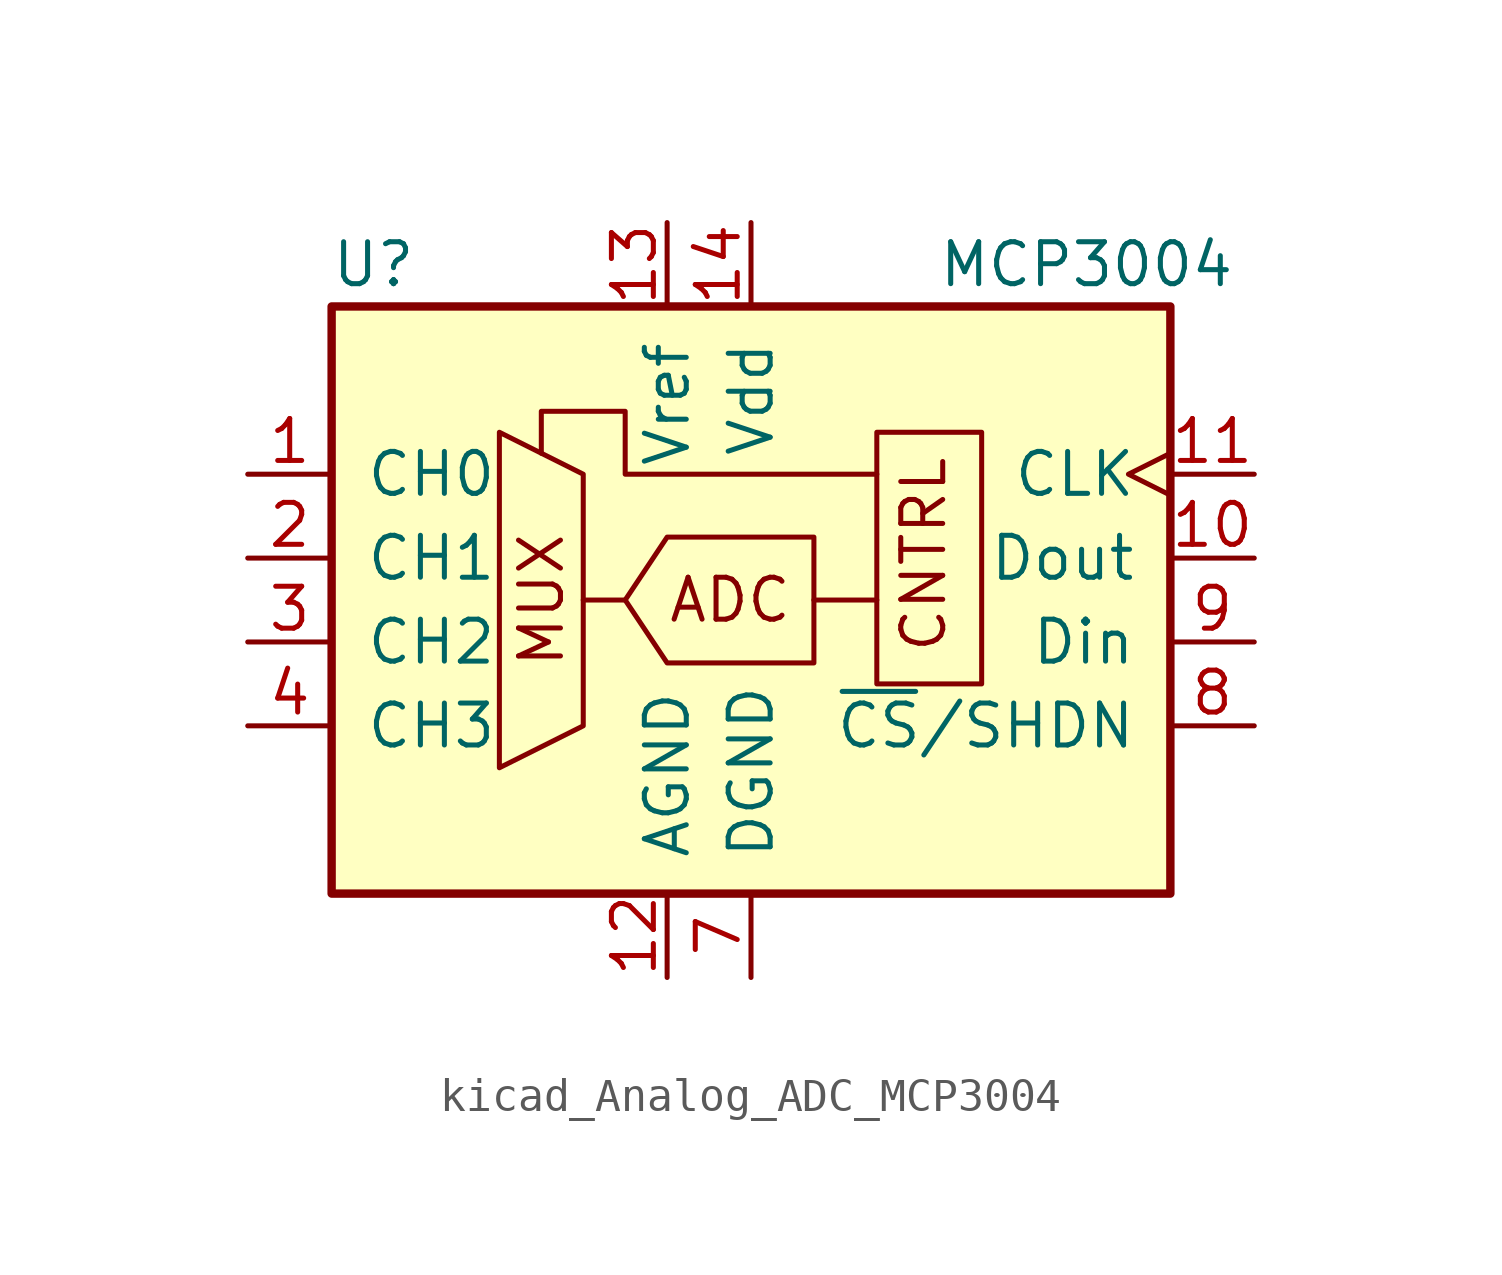
<source format=kicad_sym>
(kicad_symbol_lib
  (version 20220914)
  (generator kicad_symbol_editor)
  (symbol "kicad_Analog_ADC_MCP3004"
    (pin_names
      (offset 1.016))
    (property "Reference" "U"
      (at -11.43 8.89 0)
      (effects (font (size 1.27 1.27))))
    (property "Value" "MCP3004"
      (at 10.16 8.89 0)
      (effects (font (size 1.27 1.27))))
    (symbol "kicad_Analog_ADC_MCP3004_0_0"
      (text "ADC" (at -0.635 -1.27 0) (effects (font (size 1.27 1.27))))
      (text "CNTRL" (at 5.969 -2.921 900) (effects (font (size 1.27 1.27)) (justify left bottom)))
      (text "MUX" (at -6.35 -1.27 900) (effects (font (size 1.27 1.27)))))
    (symbol "kicad_Analog_ADC_MCP3004_0_1"
      (polyline (pts (xy -5.08 -1.27) (xy -3.81 -1.27)) (stroke (width 0) (type default)) (fill (type none)))
      (polyline (pts (xy 1.905 -1.27) (xy 3.81 -1.27)) (stroke (width 0) (type default)) (fill (type none)))
      (polyline (pts (xy -7.62 3.81) (xy -7.62 -6.35) (xy -5.08 -5.08) (xy -5.08 2.54) (xy -7.62 3.81)) (stroke (width 0) (type default)) (fill (type none)))
      (polyline (pts (xy 3.81 2.54) (xy -3.81 2.54) (xy -3.81 4.445) (xy -6.35 4.445) (xy -6.35 3.175)) (stroke (width 0) (type default)) (fill (type none)))
      (polyline (pts (xy -3.81 -1.27) (xy -2.54 0.635) (xy 1.905 0.635) (xy 1.905 -3.175) (xy -2.54 -3.175) (xy -3.81 -1.27)) (stroke (width 0) (type default)) (fill (type none)))
      (rectangle (start 3.81 -3.81) (end 6.985 3.81) (stroke (width 0) (type default)) (fill (type none)))
      (rectangle (start 12.7 7.62) (end -12.7 -10.16) (stroke (width 0.254) (type default)) (fill (type background))))
    (symbol "kicad_Analog_ADC_MCP3004_1_1"
      (pin input line (at -15.24 2.54 0) (length 2.54) (name "CH0" (effects (font (size 1.27 1.27)))) (number "1" (effects (font (size 1.27 1.27)))))
      (pin output line (at 15.24 0 180) (length 2.54) (name "Dout" (effects (font (size 1.27 1.27)))) (number "10" (effects (font (size 1.27 1.27)))))
      (pin input clock (at 15.24 2.54 180) (length 2.54) (name "CLK" (effects (font (size 1.27 1.27)))) (number "11" (effects (font (size 1.27 1.27)))))
      (pin power_in line (at -2.54 -12.7 90) (length 2.54) (name "AGND" (effects (font (size 1.27 1.27)))) (number "12" (effects (font (size 1.27 1.27)))))
      (pin power_in line (at -2.54 10.16 270) (length 2.54) (name "Vref" (effects (font (size 1.27 1.27)))) (number "13" (effects (font (size 1.27 1.27)))))
      (pin power_in line (at 0 10.16 270) (length 2.54) (name "Vdd" (effects (font (size 1.27 1.27)))) (number "14" (effects (font (size 1.27 1.27)))))
      (pin input line (at -15.24 0 0) (length 2.54) (name "CH1" (effects (font (size 1.27 1.27)))) (number "2" (effects (font (size 1.27 1.27)))))
      (pin input line (at -15.24 -2.54 0) (length 2.54) (name "CH2" (effects (font (size 1.27 1.27)))) (number "3" (effects (font (size 1.27 1.27)))))
      (pin input line (at -15.24 -5.08 0) (length 2.54) (name "CH3" (effects (font (size 1.27 1.27)))) (number "4" (effects (font (size 1.27 1.27)))))
      (pin no_connect line (at -12.7 5.08 0) (length 2.54) hide (name "NC" (effects (font (size 1.27 1.27)))) (number "5" (effects (font (size 1.27 1.27)))))
      (pin no_connect line (at -12.7 -7.62 0) (length 2.54) hide (name "NC" (effects (font (size 1.27 1.27)))) (number "6" (effects (font (size 1.27 1.27)))))
      (pin power_in line (at 0 -12.7 90) (length 2.54) (name "DGND" (effects (font (size 1.27 1.27)))) (number "7" (effects (font (size 1.27 1.27)))))
      (pin input line (at 15.24 -5.08 180) (length 2.54) (name "~{CS}/SHDN" (effects (font (size 1.27 1.27)))) (number "8" (effects (font (size 1.27 1.27)))))
      (pin input line (at 15.24 -2.54 180) (length 2.54) (name "Din" (effects (font (size 1.27 1.27)))) (number "9" (effects (font (size 1.27 1.27))))))))
</source>
